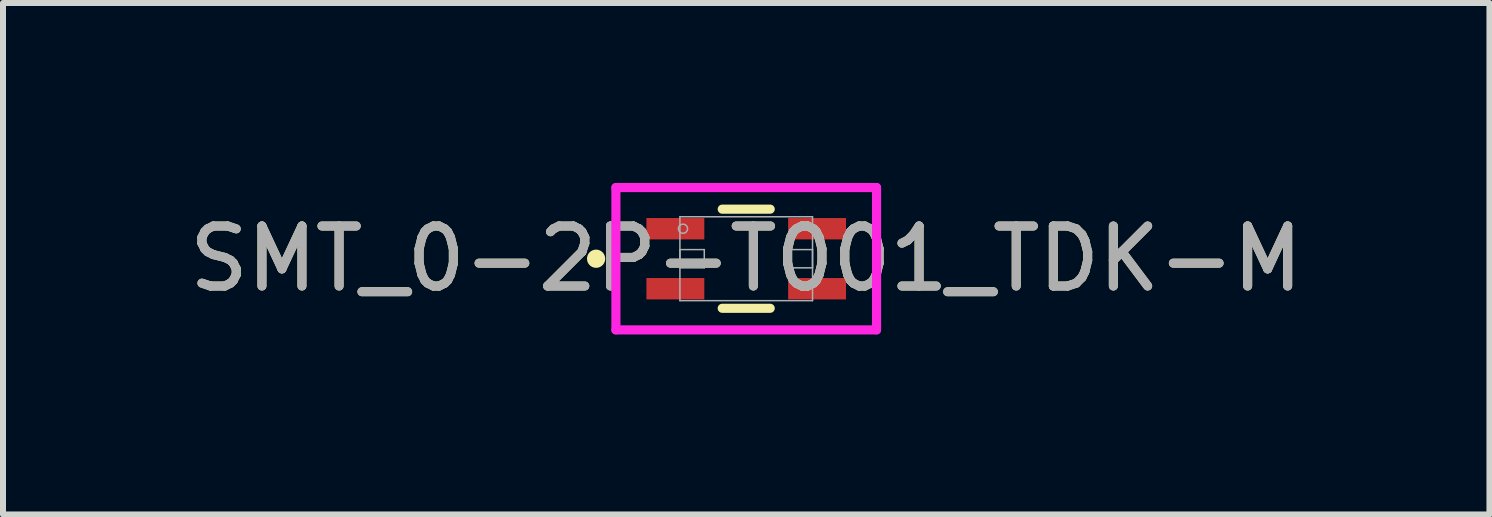
<source format=kicad_pcb>
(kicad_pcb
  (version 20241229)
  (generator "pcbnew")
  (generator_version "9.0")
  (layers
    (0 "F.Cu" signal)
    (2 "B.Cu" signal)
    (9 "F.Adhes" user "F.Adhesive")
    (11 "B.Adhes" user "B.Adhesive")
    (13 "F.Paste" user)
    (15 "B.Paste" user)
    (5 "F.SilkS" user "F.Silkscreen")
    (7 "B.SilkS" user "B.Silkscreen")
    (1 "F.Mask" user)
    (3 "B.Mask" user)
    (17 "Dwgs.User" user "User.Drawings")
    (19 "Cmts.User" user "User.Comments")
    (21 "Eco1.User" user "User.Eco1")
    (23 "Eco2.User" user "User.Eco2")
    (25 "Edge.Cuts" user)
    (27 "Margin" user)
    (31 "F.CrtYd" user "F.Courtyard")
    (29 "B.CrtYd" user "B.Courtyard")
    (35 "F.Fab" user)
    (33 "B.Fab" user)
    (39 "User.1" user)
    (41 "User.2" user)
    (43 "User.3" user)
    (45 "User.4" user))
  (footprint "SMT_0-2P-T001_TDK-M"
    (layer "F.Cu")
    (at 9.387 1.262)
    (property "Reference" "SMT_0-2P-T001_TDK-M" (at 0 0 0) (unlocked yes) (layer "F.SilkS") (effects (font (size 1 1) (thickness 0.15))))
    (attr smd)
    (fp_line (start -0.4 0.826) (end 0.4 0.826) (stroke (width 0.152) (type solid)) (layer "F.SilkS"))
    (fp_line (start 0.4 -0.826) (end -0.4 -0.826) (stroke (width 0.152) (type solid)) (layer "F.SilkS"))
    (fp_circle (center -2.502 0) (end -2.426 0) (stroke (width 0.152) (type solid)) (fill no) (layer "F.SilkS"))
    (fp_line (start -2.172 -1.186) (end 2.172 -1.186) (stroke (width 0.152) (type solid)) (layer "F.CrtYd"))
    (fp_line (start -2.172 1.186) (end -2.172 -1.186) (stroke (width 0.152) (type solid)) (layer "F.CrtYd"))
    (fp_line (start 2.172 -1.186) (end 2.172 1.186) (stroke (width 0.152) (type solid)) (layer "F.CrtYd"))
    (fp_line (start 2.172 1.186) (end -2.172 1.186) (stroke (width 0.152) (type solid)) (layer "F.CrtYd"))
    (fp_line (start -1.105 -0.699) (end -1.105 0.699) (stroke (width 0.025) (type solid)) (layer "F.Fab"))
    (fp_line (start -1.105 -0.152) (end -1.105 0.152) (stroke (width 0.025) (type solid)) (layer "F.Fab"))
    (fp_line (start -1.105 0.152) (end -0.699 0.152) (stroke (width 0.025) (type solid)) (layer "F.Fab"))
    (fp_line (start -1.105 0.699) (end 1.105 0.699) (stroke (width 0.025) (type solid)) (layer "F.Fab"))
    (fp_line (start -0.699 -0.152) (end -1.105 -0.152) (stroke (width 0.025) (type solid)) (layer "F.Fab"))
    (fp_line (start -0.699 0.152) (end -0.699 -0.152) (stroke (width 0.025) (type solid)) (layer "F.Fab"))
    (fp_line (start 0.699 -0.152) (end 0.699 0.152) (stroke (width 0.025) (type solid)) (layer "F.Fab"))
    (fp_line (start 0.699 0.152) (end 1.105 0.152) (stroke (width 0.025) (type solid)) (layer "F.Fab"))
    (fp_line (start 1.105 -0.699) (end -1.105 -0.699) (stroke (width 0.025) (type solid)) (layer "F.Fab"))
    (fp_line (start 1.105 -0.152) (end 0.699 -0.152) (stroke (width 0.025) (type solid)) (layer "F.Fab"))
    (fp_line (start 1.105 0.152) (end 1.105 -0.152) (stroke (width 0.025) (type solid)) (layer "F.Fab"))
    (fp_line (start 1.105 0.699) (end 1.105 -0.699) (stroke (width 0.025) (type solid)) (layer "F.Fab"))
    (fp_circle (center -1.054 -0.5) (end -0.978 -0.5) (stroke (width 0.025) (type solid)) (fill no) (layer "F.Fab"))
    (fp_text user "${REFERENCE}" (at 0 0 0) (unlocked yes) (layer "F.Fab") (effects (font (size 1 1) (thickness 0.15))))
    (pad "1" smd rect (at -1.181 -0.5) (size 0.965 0.356) (layers "F.Cu" "F.Mask" "F.Paste"))
    (pad "2" smd rect (at -1.181 0.5) (size 0.965 0.356) (layers "F.Cu" "F.Mask" "F.Paste"))
    (pad "3" smd rect (at 1.181 0.5) (size 0.965 0.356) (layers "F.Cu" "F.Mask" "F.Paste"))
    (pad "4" smd rect (at 1.181 -0.5) (size 0.965 0.356) (layers "F.Cu" "F.Mask" "F.Paste"))
    (zone (net_name "") (layer "F.Cu") (hatch full 0.508) (connect_pads) (min_thickness 0.254) (filled_areas_thickness no) (keepout (tracks not_allowed) (vias not_allowed) (pads allowed) (copperpour not_allowed) (footprints allowed)) (placement (enabled no)) (fill) (polygon (pts (xy 8.739 0.614) (xy 10.035 0.614) (xy 10.035 1.91) (xy 8.739 1.91)))))
  (gr_rect
    (start -3 -3)
    (end 21.774 5.524)
    (stroke (width 0.1) (type default))
    (fill no)
    (layer "Edge.Cuts")))
</source>
